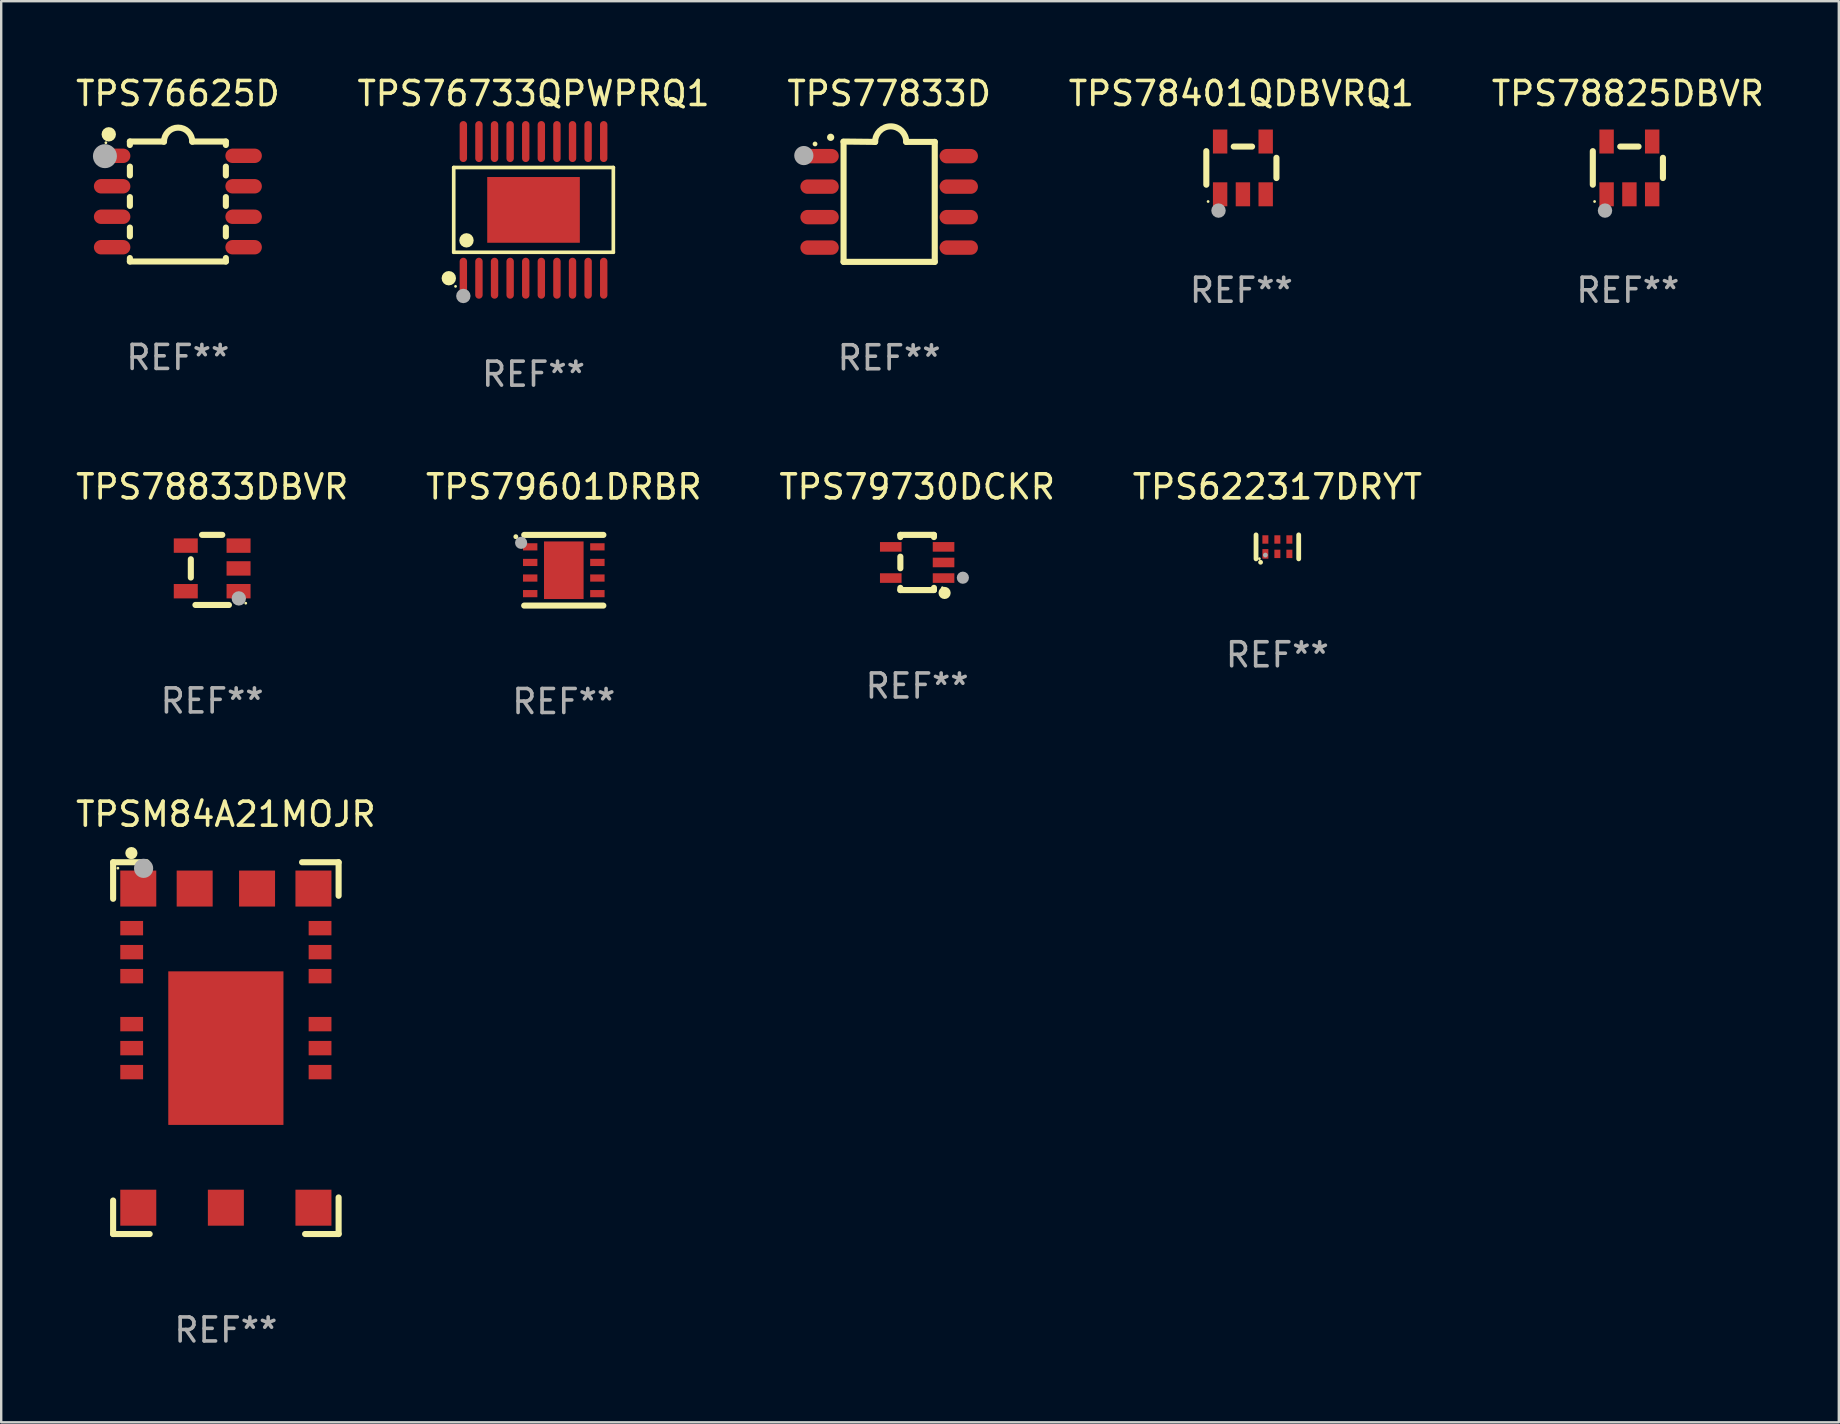
<source format=kicad_pcb>
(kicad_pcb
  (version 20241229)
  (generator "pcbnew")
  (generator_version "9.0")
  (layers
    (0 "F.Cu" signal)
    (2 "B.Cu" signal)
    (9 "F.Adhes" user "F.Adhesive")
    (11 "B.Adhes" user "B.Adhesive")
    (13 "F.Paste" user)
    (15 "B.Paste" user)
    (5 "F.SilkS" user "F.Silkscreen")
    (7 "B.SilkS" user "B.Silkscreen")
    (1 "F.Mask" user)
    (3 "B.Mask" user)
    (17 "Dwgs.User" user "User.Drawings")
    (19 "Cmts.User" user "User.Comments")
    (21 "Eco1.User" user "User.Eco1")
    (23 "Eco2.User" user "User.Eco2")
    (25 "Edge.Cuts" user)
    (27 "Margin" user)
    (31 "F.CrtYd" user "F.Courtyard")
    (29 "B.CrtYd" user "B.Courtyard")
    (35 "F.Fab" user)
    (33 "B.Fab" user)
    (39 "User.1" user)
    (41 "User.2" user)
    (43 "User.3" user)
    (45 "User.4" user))
  (footprint "TPS76625D"
    (layer "F.Cu")
    (at 4.363 5.348)
    (property "Reference" "TPS76625D" (at 0 -4.5 0) (layer "F.SilkS") (effects (font (size 1 1) (thickness 0.15))))
    (attr through_hole)
    (fp_line (start -2 -2.5) (end -2 -2.356) (stroke (width 0.254) (type solid)) (layer "F.SilkS"))
    (fp_line (start -2 -1.454) (end -2 -1.086) (stroke (width 0.254) (type solid)) (layer "F.SilkS"))
    (fp_line (start -2 -0.184) (end -2 0.184) (stroke (width 0.254) (type solid)) (layer "F.SilkS"))
    (fp_line (start -2 1.086) (end -2 1.454) (stroke (width 0.254) (type solid)) (layer "F.SilkS"))
    (fp_line (start -2 2.356) (end -2 2.5) (stroke (width 0.254) (type solid)) (layer "F.SilkS"))
    (fp_line (start -0.58 -2.5) (end -2 -2.5) (stroke (width 0.254) (type solid)) (layer "F.SilkS"))
    (fp_line (start 2 -2.5) (end 0.6 -2.5) (stroke (width 0.254) (type solid)) (layer "F.SilkS"))
    (fp_line (start 2 -2.5) (end 2 -2.356) (stroke (width 0.254) (type solid)) (layer "F.SilkS"))
    (fp_line (start 2 -1.454) (end 2 -1.086) (stroke (width 0.254) (type solid)) (layer "F.SilkS"))
    (fp_line (start 2 -0.184) (end 2 0.184) (stroke (width 0.254) (type solid)) (layer "F.SilkS"))
    (fp_line (start 2 1.086) (end 2 1.454) (stroke (width 0.254) (type solid)) (layer "F.SilkS"))
    (fp_line (start 2 2.356) (end 2 2.5) (stroke (width 0.254) (type solid)) (layer "F.SilkS"))
    (fp_line (start 2 2.5) (end -2 2.5) (stroke (width 0.254) (type solid)) (layer "F.SilkS"))
    (fp_arc (start -0.579908 -2.489992) (mid 0.010097 -3.07831) (end 0.600102 -2.489992) (stroke (width 0.254001) (type solid)) (layer "F.SilkS"))
    (fp_circle (center -3 -2.45) (end -2.97 -2.45) (stroke (width 0.06) (type solid)) (fill no) (layer "F.SilkS"))
    (fp_circle (center -2.88 -2.8) (end -2.73 -2.8) (stroke (width 0.3) (type solid)) (fill no) (layer "F.SilkS"))
    (fp_circle (center -3.04 -1.89) (end -2.79 -1.89) (stroke (width 0.5) (type solid)) (fill no) (layer "F.Fab"))
    (fp_text user "REF**" (at 0 6.5 0) (layer "F.Fab") (effects (font (size 1 1) (thickness 0.15))))
    (pad "1" smd oval (at -2.74 -1.905 90) (size 0.6 1.52) (layers "F.Cu" "F.Mask" "F.Paste"))
    (pad "2" smd oval (at -2.74 -0.635 90) (size 0.6 1.52) (layers "F.Cu" "F.Mask" "F.Paste"))
    (pad "3" smd oval (at -2.74 0.635 90) (size 0.6 1.52) (layers "F.Cu" "F.Mask" "F.Paste"))
    (pad "4" smd oval (at -2.74 1.905 90) (size 0.6 1.52) (layers "F.Cu" "F.Mask" "F.Paste"))
    (pad "5" smd oval (at 2.74 1.905 90) (size 0.6 1.52) (layers "F.Cu" "F.Mask" "F.Paste"))
    (pad "6" smd oval (at 2.74 0.635 90) (size 0.6 1.52) (layers "F.Cu" "F.Mask" "F.Paste"))
    (pad "7" smd oval (at 2.74 -0.635 90) (size 0.6 1.52) (layers "F.Cu" "F.Mask" "F.Paste"))
    (pad "8" smd oval (at 2.74 -1.905 90) (size 0.6 1.52) (layers "F.Cu" "F.Mask" "F.Paste")))
  (footprint "TPS78401QDBVRQ1"
    (layer "F.Cu")
    (at 48.685 3.948)
    (property "Reference" "TPS78401QDBVRQ1" (at 0 -3.1 0) (layer "F.SilkS") (effects (font (size 1 1) (thickness 0.15))))
    (attr through_hole)
    (fp_line (start -1.461 -0.699) (end -1.461 0.699) (stroke (width 0.254) (type solid)) (layer "F.SilkS"))
    (fp_line (start -0.318 -0.889) (end 0.445 -0.889) (stroke (width 0.254) (type solid)) (layer "F.SilkS"))
    (fp_line (start 1.461 -0.422) (end 1.461 0.422) (stroke (width 0.254) (type solid)) (layer "F.SilkS"))
    (fp_circle (center -1.387 1.4) (end -1.357 1.4) (stroke (width 0.06) (type solid)) (fill no) (layer "F.SilkS"))
    (fp_circle (center -0.953 1.778) (end -0.802 1.778) (stroke (width 0.3) (type solid)) (fill no) (layer "F.Fab"))
    (fp_text user "REF**" (at 0 5.1 0) (layer "F.Fab") (effects (font (size 1 1) (thickness 0.15))))
    (pad "1" smd rect (at -0.886 1.1) (size 0.6 1) (layers "F.Cu" "F.Mask" "F.Paste"))
    (pad "2" smd rect (at 0.064 1.1) (size 0.6 1) (layers "F.Cu" "F.Mask" "F.Paste"))
    (pad "3" smd rect (at 1.013 1.1) (size 0.6 1) (layers "F.Cu" "F.Mask" "F.Paste"))
    (pad "4" smd rect (at 1.013 -1.1) (size 0.6 1) (layers "F.Cu" "F.Mask" "F.Paste"))
    (pad "5" smd rect (at -0.886 -1.1) (size 0.6 1) (layers "F.Cu" "F.Mask" "F.Paste")))
  (footprint "TPS78833DBVR"
    (layer "F.Cu")
    (at 5.792 20.702)
    (property "Reference" "TPS78833DBVR" (at 0 -3.461 0) (layer "F.SilkS") (effects (font (size 1 1) (thickness 0.15))))
    (attr through_hole)
    (fp_line (start -0.889 0.317) (end -0.889 -0.445) (stroke (width 0.254) (type solid)) (layer "F.SilkS"))
    (fp_line (start -0.698 1.46) (end 0.699 1.461) (stroke (width 0.254) (type solid)) (layer "F.SilkS"))
    (fp_line (start -0.422 -1.461) (end 0.422 -1.461) (stroke (width 0.254) (type solid)) (layer "F.SilkS"))
    (fp_circle (center 1.4 1.387) (end 1.43 1.387) (stroke (width 0.06) (type solid)) (fill no) (layer "F.SilkS"))
    (fp_circle (center 1.11 1.187) (end 1.26 1.187) (stroke (width 0.3) (type solid)) (fill no) (layer "F.Fab"))
    (fp_text user "REF**" (at 0 5.461 0) (layer "F.Fab") (effects (font (size 1 1) (thickness 0.15))))
    (pad "1" smd rect (at 1.1 0.886 90) (size 0.6 1) (layers "F.Cu" "F.Mask" "F.Paste"))
    (pad "2" smd rect (at 1.1 -0.063 90) (size 0.6 1) (layers "F.Cu" "F.Mask" "F.Paste"))
    (pad "3" smd rect (at 1.1 -1.013 90) (size 0.6 1) (layers "F.Cu" "F.Mask" "F.Paste"))
    (pad "4" smd rect (at -1.1 -1.014 90) (size 0.6 1) (layers "F.Cu" "F.Mask" "F.Paste"))
    (pad "5" smd rect (at -1.1 0.887 90) (size 0.6 1) (layers "F.Cu" "F.Mask" "F.Paste")))
  (footprint "TPS76733QPWPRQ1"
    (layer "F.Cu")
    (at 19.185 5.697)
    (property "Reference" "TPS76733QPWPRQ1" (at 0 -4.848 0) (layer "F.SilkS") (effects (font (size 1 1) (thickness 0.15))))
    (attr through_hole)
    (fp_line (start -3.326 -1.766) (end 3.326 -1.766) (stroke (width 0.152) (type solid)) (layer "F.SilkS"))
    (fp_line (start -3.326 1.766) (end -3.326 -1.766) (stroke (width 0.152) (type solid)) (layer "F.SilkS"))
    (fp_line (start 3.326 -1.766) (end 3.326 1.766) (stroke (width 0.152) (type solid)) (layer "F.SilkS"))
    (fp_line (start 3.326 1.766) (end -3.326 1.766) (stroke (width 0.152) (type solid)) (layer "F.SilkS"))
    (fp_circle (center -3.531 2.848) (end -3.381 2.848) (stroke (width 0.3) (type solid)) (fill no) (layer "F.SilkS"))
    (fp_circle (center -3.25 3.187) (end -3.22 3.187) (stroke (width 0.06) (type solid)) (fill no) (layer "F.SilkS"))
    (fp_circle (center -2.794 1.27) (end -2.644 1.27) (stroke (width 0.3) (type solid)) (fill no) (layer "F.SilkS"))
    (fp_circle (center -2.925 3.588) (end -2.775 3.588) (stroke (width 0.3) (type solid)) (fill no) (layer "F.Fab"))
    (fp_text user "REF**" (at 0 6.848 0) (layer "F.Fab") (effects (font (size 1 1) (thickness 0.15))))
    (pad "1" smd oval (at -2.925 2.848) (size 0.308 1.707) (layers "F.Cu" "F.Mask" "F.Paste"))
    (pad "2" smd oval (at -2.275 2.848) (size 0.308 1.707) (layers "F.Cu" "F.Mask" "F.Paste"))
    (pad "3" smd oval (at -1.625 2.848) (size 0.308 1.707) (layers "F.Cu" "F.Mask" "F.Paste"))
    (pad "4" smd oval (at -0.975 2.848) (size 0.308 1.707) (layers "F.Cu" "F.Mask" "F.Paste"))
    (pad "5" smd oval (at -0.325 2.848) (size 0.308 1.707) (layers "F.Cu" "F.Mask" "F.Paste"))
    (pad "6" smd oval (at 0.325 2.848) (size 0.308 1.707) (layers "F.Cu" "F.Mask" "F.Paste"))
    (pad "7" smd oval (at 0.975 2.848) (size 0.308 1.707) (layers "F.Cu" "F.Mask" "F.Paste"))
    (pad "8" smd oval (at 1.625 2.848) (size 0.308 1.707) (layers "F.Cu" "F.Mask" "F.Paste"))
    (pad "9" smd oval (at 2.275 2.848) (size 0.308 1.707) (layers "F.Cu" "F.Mask" "F.Paste"))
    (pad "10" smd oval (at 2.925 2.848) (size 0.308 1.707) (layers "F.Cu" "F.Mask" "F.Paste"))
    (pad "11" smd oval (at 2.925 -2.848) (size 0.308 1.707) (layers "F.Cu" "F.Mask" "F.Paste"))
    (pad "12" smd oval (at 2.275 -2.848) (size 0.308 1.707) (layers "F.Cu" "F.Mask" "F.Paste"))
    (pad "13" smd oval (at 1.625 -2.848) (size 0.308 1.707) (layers "F.Cu" "F.Mask" "F.Paste"))
    (pad "14" smd oval (at 0.975 -2.848) (size 0.308 1.707) (layers "F.Cu" "F.Mask" "F.Paste"))
    (pad "15" smd oval (at 0.325 -2.848) (size 0.308 1.707) (layers "F.Cu" "F.Mask" "F.Paste"))
    (pad "16" smd oval (at -0.325 -2.848) (size 0.308 1.707) (layers "F.Cu" "F.Mask" "F.Paste"))
    (pad "17" smd oval (at -0.975 -2.848) (size 0.308 1.707) (layers "F.Cu" "F.Mask" "F.Paste"))
    (pad "18" smd oval (at -1.625 -2.848) (size 0.308 1.707) (layers "F.Cu" "F.Mask" "F.Paste"))
    (pad "19" smd oval (at -2.275 -2.848) (size 0.308 1.707) (layers "F.Cu" "F.Mask" "F.Paste"))
    (pad "20" smd oval (at -2.925 -2.848) (size 0.308 1.707) (layers "F.Cu" "F.Mask" "F.Paste"))
    (pad "21" smd rect (at 0 0) (size 3.86 2.74) (layers "F.Cu" "F.Mask" "F.Paste")))
  (footprint "TPS78825DBVR"
    (layer "F.Cu")
    (at 64.792 3.948)
    (property "Reference" "TPS78825DBVR" (at 0 -3.1 0) (layer "F.SilkS") (effects (font (size 1 1) (thickness 0.15))))
    (attr through_hole)
    (fp_line (start -1.461 -0.699) (end -1.461 0.699) (stroke (width 0.254) (type solid)) (layer "F.SilkS"))
    (fp_line (start -0.318 -0.889) (end 0.445 -0.889) (stroke (width 0.254) (type solid)) (layer "F.SilkS"))
    (fp_line (start 1.461 -0.422) (end 1.461 0.422) (stroke (width 0.254) (type solid)) (layer "F.SilkS"))
    (fp_circle (center -1.387 1.4) (end -1.357 1.4) (stroke (width 0.06) (type solid)) (fill no) (layer "F.SilkS"))
    (fp_circle (center -0.953 1.778) (end -0.802 1.778) (stroke (width 0.3) (type solid)) (fill no) (layer "F.Fab"))
    (fp_text user "REF**" (at 0 5.1 0) (layer "F.Fab") (effects (font (size 1 1) (thickness 0.15))))
    (pad "1" smd rect (at -0.886 1.1) (size 0.6 1) (layers "F.Cu" "F.Mask" "F.Paste"))
    (pad "2" smd rect (at 0.064 1.1) (size 0.6 1) (layers "F.Cu" "F.Mask" "F.Paste"))
    (pad "3" smd rect (at 1.013 1.1) (size 0.6 1) (layers "F.Cu" "F.Mask" "F.Paste"))
    (pad "4" smd rect (at 1.013 -1.1) (size 0.6 1) (layers "F.Cu" "F.Mask" "F.Paste"))
    (pad "5" smd rect (at -0.886 -1.1) (size 0.6 1) (layers "F.Cu" "F.Mask" "F.Paste")))
  (footprint "TPS79601DRBR"
    (layer "F.Cu")
    (at 20.446 20.715)
    (property "Reference" "TPS79601DRBR" (at 0 -3.473 0) (layer "F.SilkS") (effects (font (size 1 1) (thickness 0.15))))
    (attr through_hole)
    (fp_line (start -1.649 -1.473) (end 1.651 -1.473) (stroke (width 0.254) (type solid)) (layer "F.SilkS"))
    (fp_line (start 1.649 1.473) (end -1.651 1.473) (stroke (width 0.254) (type solid)) (layer "F.SilkS"))
    (fp_arc (start -1.998984 -1.397003) (mid -1.998992 -1.398273) (end -1.998984 -1.399543) (stroke (width 0.2) (type solid)) (layer "F.SilkS"))
    (fp_circle (center -1.5 -1.5) (end -1.47 -1.5) (stroke (width 0.06) (type solid)) (fill no) (layer "F.SilkS"))
    (fp_circle (center -1.778 -1.143) (end -1.651 -1.143) (stroke (width 0.254) (type solid)) (fill no) (layer "F.Fab"))
    (fp_text user "REF**" (at 0 5.473 0) (layer "F.Fab") (effects (font (size 1 1) (thickness 0.15))))
    (pad "1" smd rect (at -1.4 -0.975 270) (size 0.3 0.6) (layers "F.Cu" "F.Mask" "F.Paste"))
    (pad "2" smd rect (at -1.4 -0.325 270) (size 0.3 0.6) (layers "F.Cu" "F.Mask" "F.Paste"))
    (pad "3" smd rect (at -1.4 0.325 270) (size 0.3 0.6) (layers "F.Cu" "F.Mask" "F.Paste"))
    (pad "4" smd rect (at -1.4 0.975 270) (size 0.3 0.6) (layers "F.Cu" "F.Mask" "F.Paste"))
    (pad "5" smd rect (at 1.4 0.975 90) (size 0.3 0.6) (layers "F.Cu" "F.Mask" "F.Paste"))
    (pad "6" smd rect (at 1.4 0.325 90) (size 0.3 0.6) (layers "F.Cu" "F.Mask" "F.Paste"))
    (pad "7" smd rect (at 1.4 -0.325 90) (size 0.3 0.6) (layers "F.Cu" "F.Mask" "F.Paste"))
    (pad "8" smd rect (at 1.4 -0.975 90) (size 0.3 0.6) (layers "F.Cu" "F.Mask" "F.Paste"))
    (pad "9" smd rect (at 0 0 270) (size 2.4 1.65) (layers "F.Cu" "F.Mask" "F.Paste")))
  (footprint "TPS79730DCKR"
    (layer "F.Cu")
    (at 35.173 20.391)
    (property "Reference" "TPS79730DCKR" (at 0 -3.15 0) (layer "F.SilkS") (effects (font (size 1 1) (thickness 0.15))))
    (attr through_hole)
    (fp_line (start -0.7 -1.15) (end 0.7 -1.15) (stroke (width 0.254) (type solid)) (layer "F.SilkS"))
    (fp_line (start -0.7 -1.058) (end -0.7 -1.15) (stroke (width 0.254) (type solid)) (layer "F.SilkS"))
    (fp_line (start -0.7 0.242) (end -0.7 -0.242) (stroke (width 0.254) (type solid)) (layer "F.SilkS"))
    (fp_line (start -0.7 1.15) (end -0.7 1.058) (stroke (width 0.254) (type solid)) (layer "F.SilkS"))
    (fp_line (start -0.7 1.15) (end 0.7 1.15) (stroke (width 0.254) (type solid)) (layer "F.SilkS"))
    (fp_line (start 0.7 -1.058) (end 0.7 -1.15) (stroke (width 0.254) (type solid)) (layer "F.SilkS"))
    (fp_line (start 0.7 1.15) (end 0.7 1.058) (stroke (width 0.254) (type solid)) (layer "F.SilkS"))
    (fp_circle (center 1.053 1.052) (end 1.083 1.052) (stroke (width 0.06) (type solid)) (fill no) (layer "F.SilkS"))
    (fp_circle (center 1.143 1.27) (end 1.27 1.27) (stroke (width 0.254) (type solid)) (fill no) (layer "F.SilkS"))
    (fp_circle (center 1.905 0.635) (end 2.032 0.635) (stroke (width 0.254) (type solid)) (fill no) (layer "F.Fab"))
    (fp_text user "REF**" (at 0 5.15 0) (layer "F.Fab") (effects (font (size 1 1) (thickness 0.15))))
    (pad "1" smd rect (at 1.1 0.65 90) (size 0.4 0.9) (layers "F.Cu" "F.Mask" "F.Paste"))
    (pad "2" smd rect (at 1.1 0.000025 90) (size 0.4 0.9) (layers "F.Cu" "F.Mask" "F.Paste"))
    (pad "3" smd rect (at 1.1 -0.65 90) (size 0.4 0.9) (layers "F.Cu" "F.Mask" "F.Paste"))
    (pad "4" smd rect (at -1.1 -0.65 90) (size 0.4 0.9) (layers "F.Cu" "F.Mask" "F.Paste"))
    (pad "5" smd rect (at -1.1 0.65 90) (size 0.4 0.9) (layers "F.Cu" "F.Mask" "F.Paste")))
  (footprint "TPSM84A21MOJR"
    (layer "F.Cu")
    (at 6.363 40.631)
    (property "Reference" "TPSM84A21MOJR" (at 0 -9.747 0) (layer "F.SilkS") (effects (font (size 1 1) (thickness 0.15))))
    (attr through_hole)
    (fp_line (start -4.699 -7.747) (end -4.699 -6.223) (stroke (width 0.254) (type solid)) (layer "F.SilkS"))
    (fp_line (start -4.699 6.35) (end -4.699 7.747) (stroke (width 0.254) (type solid)) (layer "F.SilkS"))
    (fp_line (start -4.699 7.747) (end -3.175 7.747) (stroke (width 0.254) (type solid)) (layer "F.SilkS"))
    (fp_line (start -3.302 -7.747) (end -4.699 -7.747) (stroke (width 0.254) (type solid)) (layer "F.SilkS"))
    (fp_line (start 3.302 7.747) (end 4.699 7.747) (stroke (width 0.254) (type solid)) (layer "F.SilkS"))
    (fp_line (start 4.699 -7.747) (end 3.175 -7.747) (stroke (width 0.254) (type solid)) (layer "F.SilkS"))
    (fp_line (start 4.699 -6.35) (end 4.699 -7.747) (stroke (width 0.254) (type solid)) (layer "F.SilkS"))
    (fp_line (start 4.699 7.747) (end 4.699 6.223) (stroke (width 0.254) (type solid)) (layer "F.SilkS"))
    (fp_circle (center -4.5 -7.5) (end -4.47 -7.5) (stroke (width 0.06) (type solid)) (fill no) (layer "F.SilkS"))
    (fp_circle (center -3.937 -8.128) (end -3.81 -8.128) (stroke (width 0.254) (type solid)) (fill no) (layer "F.SilkS"))
    (fp_circle (center -3.429 -7.493) (end -3.229 -7.493) (stroke (width 0.4) (type solid)) (fill no) (layer "F.Fab"))
    (fp_text user "REF**" (at 0 11.747 0) (layer "F.Fab") (effects (font (size 1 1) (thickness 0.15))))
    (pad "1" smd rect (at -3.65 -6.65) (size 1.5 1.5) (layers "F.Cu" "F.Mask" "F.Paste"))
    (pad "2" smd rect (at -3.925 -5) (size 0.95 0.6) (layers "F.Cu" "F.Mask" "F.Paste"))
    (pad "3" smd rect (at -3.925 -4) (size 0.95 0.6) (layers "F.Cu" "F.Mask" "F.Paste"))
    (pad "4" smd rect (at -3.925 -3) (size 0.95 0.6) (layers "F.Cu" "F.Mask" "F.Paste"))
    (pad "5" smd rect (at -3.925 -1) (size 0.95 0.6) (layers "F.Cu" "F.Mask" "F.Paste"))
    (pad "6" smd rect (at -3.925 0) (size 0.95 0.6) (layers "F.Cu" "F.Mask" "F.Paste"))
    (pad "7" smd rect (at -3.925 1) (size 0.95 0.6) (layers "F.Cu" "F.Mask" "F.Paste"))
    (pad "8" smd rect (at -3.65 6.65) (size 1.5 1.5) (layers "F.Cu" "F.Mask" "F.Paste"))
    (pad "9" smd rect (at 0 6.65) (size 1.5 1.5) (layers "F.Cu" "F.Mask" "F.Paste"))
    (pad "10" smd rect (at 3.65 6.65) (size 1.5 1.5) (layers "F.Cu" "F.Mask" "F.Paste"))
    (pad "11" smd rect (at 3.925 1) (size 0.95 0.6) (layers "F.Cu" "F.Mask" "F.Paste"))
    (pad "12" smd rect (at 3.925 0) (size 0.95 0.6) (layers "F.Cu" "F.Mask" "F.Paste"))
    (pad "13" smd rect (at 3.925 -1) (size 0.95 0.6) (layers "F.Cu" "F.Mask" "F.Paste"))
    (pad "14" smd rect (at 3.925 -3) (size 0.95 0.6) (layers "F.Cu" "F.Mask" "F.Paste"))
    (pad "15" smd rect (at 3.925 -4) (size 0.95 0.6) (layers "F.Cu" "F.Mask" "F.Paste"))
    (pad "16" smd rect (at 3.925 -5) (size 0.95 0.6) (layers "F.Cu" "F.Mask" "F.Paste"))
    (pad "17" smd rect (at 3.65 -6.65) (size 1.5 1.5) (layers "F.Cu" "F.Mask" "F.Paste"))
    (pad "18" smd rect (at 1.3 -6.65) (size 1.5 1.5) (layers "F.Cu" "F.Mask" "F.Paste"))
    (pad "19" smd rect (at -1.3 -6.65) (size 1.5 1.5) (layers "F.Cu" "F.Mask" "F.Paste"))
    (pad "20" smd rect (at 0 0) (size 4.8 6.4) (layers "F.Cu" "F.Mask" "F.Paste")))
  (footprint "TPS77833D"
    (layer "F.Cu")
    (at 34.006 5.356)
    (property "Reference" "TPS77833D" (at 0 -4.507 0) (layer "F.SilkS") (effects (font (size 1 1) (thickness 0.15))))
    (attr through_hole)
    (fp_line (start -1.905 -2.507) (end -0.584 -2.493) (stroke (width 0.254) (type solid)) (layer "F.SilkS"))
    (fp_line (start -1.9 2.507) (end -1.9 -2.493) (stroke (width 0.254) (type solid)) (layer "F.SilkS"))
    (fp_line (start -1.9 2.507) (end 1.9 2.507) (stroke (width 0.254) (type solid)) (layer "F.SilkS"))
    (fp_line (start 1.9 -2.493) (end 0.711 -2.493) (stroke (width 0.254) (type solid)) (layer "F.SilkS"))
    (fp_line (start 1.9 2.507) (end 1.9 -2.493) (stroke (width 0.254) (type solid)) (layer "F.SilkS"))
    (fp_arc (start -2.438532 -2.682563) (mid -2.438537 -2.683833) (end -2.438532 -2.685103) (stroke (width 0.3) (type solid)) (layer "F.SilkS"))
    (fp_arc (start -0.584328 -2.492064) (mid 0.063057 -3.139764) (end 0.711074 -2.492697) (stroke (width 0.254001) (type solid)) (layer "F.SilkS"))
    (fp_circle (center -3.089 -2.406) (end -3.039 -2.406) (stroke (width 0.1) (type solid)) (fill no) (layer "F.SilkS"))
    (fp_circle (center -3.556 -1.923) (end -3.356 -1.923) (stroke (width 0.4) (type solid)) (fill no) (layer "F.Fab"))
    (fp_text user "REF**" (at 0 6.507 0) (layer "F.Fab") (effects (font (size 1 1) (thickness 0.15))))
    (pad "1" smd oval (at -2.9 -1.898 90) (size 0.6 1.6) (layers "F.Cu" "F.Mask" "F.Paste"))
    (pad "2" smd oval (at -2.9 -0.628 90) (size 0.6 1.6) (layers "F.Cu" "F.Mask" "F.Paste"))
    (pad "3" smd oval (at -2.9 0.642 90) (size 0.6 1.6) (layers "F.Cu" "F.Mask" "F.Paste"))
    (pad "4" smd oval (at -2.9 1.912 90) (size 0.6 1.6) (layers "F.Cu" "F.Mask" "F.Paste"))
    (pad "5" smd oval (at 2.9 1.912 90) (size 0.6 1.6) (layers "F.Cu" "F.Mask" "F.Paste"))
    (pad "6" smd oval (at 2.9 0.642 90) (size 0.6 1.6) (layers "F.Cu" "F.Mask" "F.Paste"))
    (pad "7" smd oval (at 2.9 -0.628 90) (size 0.6 1.6) (layers "F.Cu" "F.Mask" "F.Paste"))
    (pad "8" smd oval (at 2.9 -1.898 90) (size 0.6 1.6) (layers "F.Cu" "F.Mask" "F.Paste")))
  (footprint "TPS622317DRYT"
    (layer "F.Cu")
    (at 50.185 19.741)
    (property "Reference" "TPS622317DRYT" (at 0 -2.5 0) (layer "F.SilkS") (effects (font (size 1 1) (thickness 0.15))))
    (attr through_hole)
    (fp_line (start -0.889 0.5) (end -0.889 -0.5) (stroke (width 0.2) (type solid)) (layer "F.SilkS"))
    (fp_line (start 0.889 0.5) (end 0.889 -0.5) (stroke (width 0.2) (type solid)) (layer "F.SilkS"))
    (fp_circle (center -0.75 0.492) (end -0.72 0.492) (stroke (width 0.06) (type solid)) (fill no) (layer "F.SilkS"))
    (fp_circle (center -0.7 0.642) (end -0.65 0.642) (stroke (width 0.1) (type solid)) (fill no) (layer "F.SilkS"))
    (fp_circle (center -0.5 0.342) (end -0.45 0.342) (stroke (width 0.1) (type solid)) (fill no) (layer "F.Fab"))
    (fp_text user "REF**" (at 0 4.5 0) (layer "F.Fab") (effects (font (size 1 1) (thickness 0.15))))
    (pad "1" smd rect (at -0.5 0.292) (size 0.25 0.4) (layers "F.Cu" "F.Mask" "F.Paste"))
    (pad "2" smd rect (at -0.000127 0.292) (size 0.25 0.35) (layers "F.Cu" "F.Mask" "F.Paste"))
    (pad "3" smd rect (at 0.5 0.292) (size 0.25 0.35) (layers "F.Cu" "F.Mask" "F.Paste"))
    (pad "4" smd rect (at 0.5 -0.308 180) (size 0.25 0.35) (layers "F.Cu" "F.Mask" "F.Paste"))
    (pad "5" smd rect (at -0.000127 -0.308 180) (size 0.25 0.35) (layers "F.Cu" "F.Mask" "F.Paste"))
    (pad "6" smd rect (at -0.5 -0.308 180) (size 0.25 0.35) (layers "F.Cu" "F.Mask" "F.Paste")))
  (gr_rect
    (start -3 -3)
    (end 73.583 56.227)
    (stroke (width 0.1) (type default))
    (fill no)
    (layer "Edge.Cuts")))
</source>
